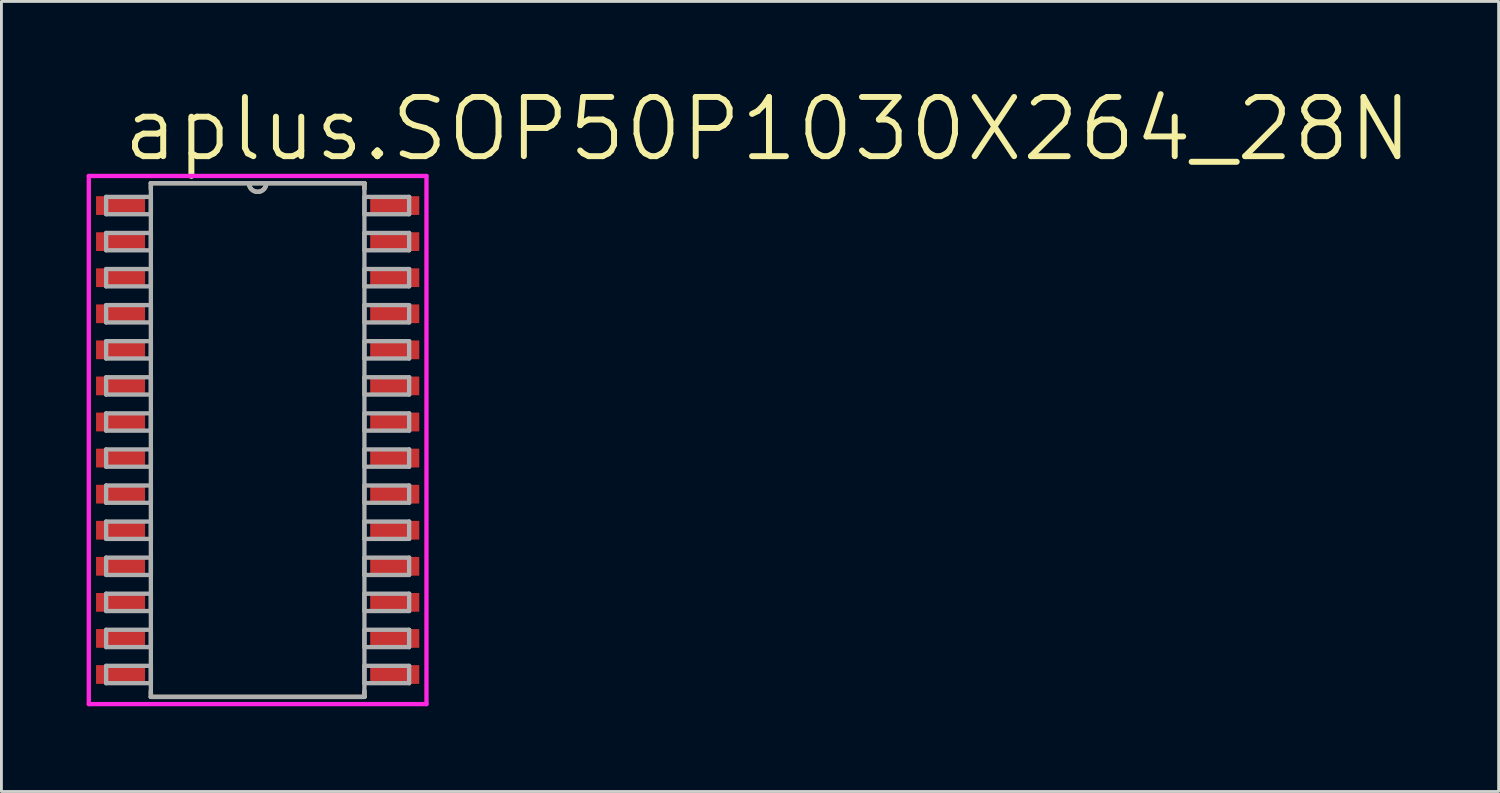
<source format=kicad_pcb>
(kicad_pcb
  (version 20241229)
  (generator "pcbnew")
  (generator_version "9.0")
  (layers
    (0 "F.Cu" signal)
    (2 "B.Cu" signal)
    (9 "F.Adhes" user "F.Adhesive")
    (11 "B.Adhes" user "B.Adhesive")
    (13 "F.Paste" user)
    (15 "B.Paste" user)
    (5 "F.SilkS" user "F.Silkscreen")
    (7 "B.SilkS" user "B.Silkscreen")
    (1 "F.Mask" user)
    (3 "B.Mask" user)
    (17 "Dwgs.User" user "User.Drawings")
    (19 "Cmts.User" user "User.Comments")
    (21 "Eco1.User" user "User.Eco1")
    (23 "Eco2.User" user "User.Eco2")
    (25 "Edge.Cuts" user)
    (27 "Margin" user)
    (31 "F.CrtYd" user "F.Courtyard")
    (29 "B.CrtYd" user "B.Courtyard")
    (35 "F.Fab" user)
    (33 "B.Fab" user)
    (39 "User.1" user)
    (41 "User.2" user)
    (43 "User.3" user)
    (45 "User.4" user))
  (footprint "aplus.SOP50P1030X264_28N"
    (layer "F.Cu")
    (at 6.02 12.441)
    (property "Reference" "aplus.SOP50P1030X264_28N" (at -4.851 -9.728 0) (layer "F.SilkS") (effects (font (size 2.083 2.083) (thickness 0.21)) (justify left bottom)))
    (attr smd)
    (fp_line (start -3.759 -9.042) (end -3.759 -8.839) (stroke (width 0.152) (type default)) (layer "F.SilkS"))
    (fp_line (start -3.759 8.839) (end -3.759 9.042) (stroke (width 0.152) (type default)) (layer "F.SilkS"))
    (fp_line (start -3.759 9.042) (end 3.759 9.042) (stroke (width 0.152) (type default)) (layer "F.SilkS"))
    (fp_line (start -0.305 -9.042) (end -3.759 -9.042) (stroke (width 0.152) (type default)) (layer "F.SilkS"))
    (fp_line (start 0.305 -9.042) (end -0.305 -9.042) (stroke (width 0.152) (type default)) (layer "F.SilkS"))
    (fp_line (start 3.759 -9.042) (end 0.305 -9.042) (stroke (width 0.152) (type default)) (layer "F.SilkS"))
    (fp_line (start 3.759 -8.839) (end 3.759 -9.042) (stroke (width 0.152) (type default)) (layer "F.SilkS"))
    (fp_line (start 3.759 9.042) (end 3.759 8.839) (stroke (width 0.152) (type default)) (layer "F.SilkS"))
    (fp_arc (start 0.3048 -9.0424) (mid 0 -8.7376) (end -0.3048 -9.0424) (stroke (width 0.1524) (type default)) (layer "F.SilkS"))
    (fp_line (start -5.944 -9.296) (end 5.944 -9.296) (stroke (width 0.152) (type default)) (layer "F.CrtYd"))
    (fp_line (start -5.944 9.296) (end -5.944 -9.296) (stroke (width 0.152) (type default)) (layer "F.CrtYd"))
    (fp_line (start 5.944 -9.296) (end 5.944 9.296) (stroke (width 0.152) (type default)) (layer "F.CrtYd"))
    (fp_line (start 5.944 9.296) (end -5.944 9.296) (stroke (width 0.152) (type default)) (layer "F.CrtYd"))
    (fp_line (start -5.334 -8.56) (end -5.334 -7.95) (stroke (width 0.152) (type default)) (layer "F.Fab"))
    (fp_line (start -5.334 -7.95) (end -3.759 -7.95) (stroke (width 0.152) (type default)) (layer "F.Fab"))
    (fp_line (start -5.334 -7.29) (end -5.334 -6.68) (stroke (width 0.152) (type default)) (layer "F.Fab"))
    (fp_line (start -5.334 -6.68) (end -3.759 -6.68) (stroke (width 0.152) (type default)) (layer "F.Fab"))
    (fp_line (start -5.334 -6.02) (end -5.334 -5.41) (stroke (width 0.152) (type default)) (layer "F.Fab"))
    (fp_line (start -5.334 -5.41) (end -3.759 -5.41) (stroke (width 0.152) (type default)) (layer "F.Fab"))
    (fp_line (start -5.334 -4.75) (end -5.334 -4.14) (stroke (width 0.152) (type default)) (layer "F.Fab"))
    (fp_line (start -5.334 -4.14) (end -3.759 -4.14) (stroke (width 0.152) (type default)) (layer "F.Fab"))
    (fp_line (start -5.334 -3.48) (end -5.334 -2.87) (stroke (width 0.152) (type default)) (layer "F.Fab"))
    (fp_line (start -5.334 -2.87) (end -3.759 -2.87) (stroke (width 0.152) (type default)) (layer "F.Fab"))
    (fp_line (start -5.334 -2.21) (end -5.334 -1.6) (stroke (width 0.152) (type default)) (layer "F.Fab"))
    (fp_line (start -5.334 -1.6) (end -3.759 -1.6) (stroke (width 0.152) (type default)) (layer "F.Fab"))
    (fp_line (start -5.334 -0.94) (end -5.334 -0.33) (stroke (width 0.152) (type default)) (layer "F.Fab"))
    (fp_line (start -5.334 -0.33) (end -3.759 -0.33) (stroke (width 0.152) (type default)) (layer "F.Fab"))
    (fp_line (start -5.334 0.33) (end -5.334 0.94) (stroke (width 0.152) (type default)) (layer "F.Fab"))
    (fp_line (start -5.334 0.94) (end -3.759 0.94) (stroke (width 0.152) (type default)) (layer "F.Fab"))
    (fp_line (start -5.334 1.6) (end -5.334 2.21) (stroke (width 0.152) (type default)) (layer "F.Fab"))
    (fp_line (start -5.334 2.21) (end -3.759 2.21) (stroke (width 0.152) (type default)) (layer "F.Fab"))
    (fp_line (start -5.334 2.87) (end -5.334 3.48) (stroke (width 0.152) (type default)) (layer "F.Fab"))
    (fp_line (start -5.334 3.48) (end -3.759 3.48) (stroke (width 0.152) (type default)) (layer "F.Fab"))
    (fp_line (start -5.334 4.14) (end -5.334 4.75) (stroke (width 0.152) (type default)) (layer "F.Fab"))
    (fp_line (start -5.334 4.75) (end -3.759 4.75) (stroke (width 0.152) (type default)) (layer "F.Fab"))
    (fp_line (start -5.334 5.41) (end -5.334 6.02) (stroke (width 0.152) (type default)) (layer "F.Fab"))
    (fp_line (start -5.334 6.02) (end -3.759 6.02) (stroke (width 0.152) (type default)) (layer "F.Fab"))
    (fp_line (start -5.334 6.68) (end -5.334 7.29) (stroke (width 0.152) (type default)) (layer "F.Fab"))
    (fp_line (start -5.334 7.29) (end -3.759 7.29) (stroke (width 0.152) (type default)) (layer "F.Fab"))
    (fp_line (start -5.334 7.95) (end -5.334 8.56) (stroke (width 0.152) (type default)) (layer "F.Fab"))
    (fp_line (start -5.334 8.56) (end -3.759 8.56) (stroke (width 0.152) (type default)) (layer "F.Fab"))
    (fp_line (start -3.759 -9.042) (end -3.759 9.042) (stroke (width 0.152) (type default)) (layer "F.Fab"))
    (fp_line (start -3.759 -8.56) (end -5.334 -8.56) (stroke (width 0.152) (type default)) (layer "F.Fab"))
    (fp_line (start -3.759 -7.95) (end -3.759 -8.56) (stroke (width 0.152) (type default)) (layer "F.Fab"))
    (fp_line (start -3.759 -7.29) (end -5.334 -7.29) (stroke (width 0.152) (type default)) (layer "F.Fab"))
    (fp_line (start -3.759 -6.68) (end -3.759 -7.29) (stroke (width 0.152) (type default)) (layer "F.Fab"))
    (fp_line (start -3.759 -6.02) (end -5.334 -6.02) (stroke (width 0.152) (type default)) (layer "F.Fab"))
    (fp_line (start -3.759 -5.41) (end -3.759 -6.02) (stroke (width 0.152) (type default)) (layer "F.Fab"))
    (fp_line (start -3.759 -4.75) (end -5.334 -4.75) (stroke (width 0.152) (type default)) (layer "F.Fab"))
    (fp_line (start -3.759 -4.14) (end -3.759 -4.75) (stroke (width 0.152) (type default)) (layer "F.Fab"))
    (fp_line (start -3.759 -3.48) (end -5.334 -3.48) (stroke (width 0.152) (type default)) (layer "F.Fab"))
    (fp_line (start -3.759 -2.87) (end -3.759 -3.48) (stroke (width 0.152) (type default)) (layer "F.Fab"))
    (fp_line (start -3.759 -2.21) (end -5.334 -2.21) (stroke (width 0.152) (type default)) (layer "F.Fab"))
    (fp_line (start -3.759 -1.6) (end -3.759 -2.21) (stroke (width 0.152) (type default)) (layer "F.Fab"))
    (fp_line (start -3.759 -0.94) (end -5.334 -0.94) (stroke (width 0.152) (type default)) (layer "F.Fab"))
    (fp_line (start -3.759 -0.33) (end -3.759 -0.94) (stroke (width 0.152) (type default)) (layer "F.Fab"))
    (fp_line (start -3.759 0.33) (end -5.334 0.33) (stroke (width 0.152) (type default)) (layer "F.Fab"))
    (fp_line (start -3.759 0.94) (end -3.759 0.33) (stroke (width 0.152) (type default)) (layer "F.Fab"))
    (fp_line (start -3.759 1.6) (end -5.334 1.6) (stroke (width 0.152) (type default)) (layer "F.Fab"))
    (fp_line (start -3.759 2.21) (end -3.759 1.6) (stroke (width 0.152) (type default)) (layer "F.Fab"))
    (fp_line (start -3.759 2.87) (end -5.334 2.87) (stroke (width 0.152) (type default)) (layer "F.Fab"))
    (fp_line (start -3.759 3.48) (end -3.759 2.87) (stroke (width 0.152) (type default)) (layer "F.Fab"))
    (fp_line (start -3.759 4.14) (end -5.334 4.14) (stroke (width 0.152) (type default)) (layer "F.Fab"))
    (fp_line (start -3.759 4.75) (end -3.759 4.14) (stroke (width 0.152) (type default)) (layer "F.Fab"))
    (fp_line (start -3.759 5.41) (end -5.334 5.41) (stroke (width 0.152) (type default)) (layer "F.Fab"))
    (fp_line (start -3.759 6.02) (end -3.759 5.41) (stroke (width 0.152) (type default)) (layer "F.Fab"))
    (fp_line (start -3.759 6.68) (end -5.334 6.68) (stroke (width 0.152) (type default)) (layer "F.Fab"))
    (fp_line (start -3.759 7.29) (end -3.759 6.68) (stroke (width 0.152) (type default)) (layer "F.Fab"))
    (fp_line (start -3.759 7.95) (end -5.334 7.95) (stroke (width 0.152) (type default)) (layer "F.Fab"))
    (fp_line (start -3.759 8.56) (end -3.759 7.95) (stroke (width 0.152) (type default)) (layer "F.Fab"))
    (fp_line (start -3.759 9.042) (end 3.759 9.042) (stroke (width 0.152) (type default)) (layer "F.Fab"))
    (fp_line (start -0.305 -9.042) (end -3.759 -9.042) (stroke (width 0.152) (type default)) (layer "F.Fab"))
    (fp_line (start 0.305 -9.042) (end -0.305 -9.042) (stroke (width 0.152) (type default)) (layer "F.Fab"))
    (fp_line (start 3.759 -9.042) (end 0.305 -9.042) (stroke (width 0.152) (type default)) (layer "F.Fab"))
    (fp_line (start 3.759 -8.56) (end 3.759 -7.95) (stroke (width 0.152) (type default)) (layer "F.Fab"))
    (fp_line (start 3.759 -7.95) (end 5.334 -7.95) (stroke (width 0.152) (type default)) (layer "F.Fab"))
    (fp_line (start 3.759 -7.29) (end 3.759 -6.68) (stroke (width 0.152) (type default)) (layer "F.Fab"))
    (fp_line (start 3.759 -6.68) (end 5.334 -6.68) (stroke (width 0.152) (type default)) (layer "F.Fab"))
    (fp_line (start 3.759 -6.02) (end 3.759 -5.41) (stroke (width 0.152) (type default)) (layer "F.Fab"))
    (fp_line (start 3.759 -5.41) (end 5.334 -5.41) (stroke (width 0.152) (type default)) (layer "F.Fab"))
    (fp_line (start 3.759 -4.75) (end 3.759 -4.14) (stroke (width 0.152) (type default)) (layer "F.Fab"))
    (fp_line (start 3.759 -4.14) (end 5.334 -4.14) (stroke (width 0.152) (type default)) (layer "F.Fab"))
    (fp_line (start 3.759 -3.48) (end 3.759 -2.87) (stroke (width 0.152) (type default)) (layer "F.Fab"))
    (fp_line (start 3.759 -2.87) (end 5.334 -2.87) (stroke (width 0.152) (type default)) (layer "F.Fab"))
    (fp_line (start 3.759 -2.21) (end 3.759 -1.6) (stroke (width 0.152) (type default)) (layer "F.Fab"))
    (fp_line (start 3.759 -1.6) (end 5.334 -1.6) (stroke (width 0.152) (type default)) (layer "F.Fab"))
    (fp_line (start 3.759 -0.94) (end 3.759 -0.33) (stroke (width 0.152) (type default)) (layer "F.Fab"))
    (fp_line (start 3.759 -0.33) (end 5.334 -0.33) (stroke (width 0.152) (type default)) (layer "F.Fab"))
    (fp_line (start 3.759 0.33) (end 3.759 0.94) (stroke (width 0.152) (type default)) (layer "F.Fab"))
    (fp_line (start 3.759 0.94) (end 5.334 0.94) (stroke (width 0.152) (type default)) (layer "F.Fab"))
    (fp_line (start 3.759 1.6) (end 3.759 2.21) (stroke (width 0.152) (type default)) (layer "F.Fab"))
    (fp_line (start 3.759 2.21) (end 5.334 2.21) (stroke (width 0.152) (type default)) (layer "F.Fab"))
    (fp_line (start 3.759 2.87) (end 3.759 3.48) (stroke (width 0.152) (type default)) (layer "F.Fab"))
    (fp_line (start 3.759 3.48) (end 5.334 3.48) (stroke (width 0.152) (type default)) (layer "F.Fab"))
    (fp_line (start 3.759 4.14) (end 3.759 4.75) (stroke (width 0.152) (type default)) (layer "F.Fab"))
    (fp_line (start 3.759 4.75) (end 5.334 4.75) (stroke (width 0.152) (type default)) (layer "F.Fab"))
    (fp_line (start 3.759 5.41) (end 3.759 6.02) (stroke (width 0.152) (type default)) (layer "F.Fab"))
    (fp_line (start 3.759 6.02) (end 5.334 6.02) (stroke (width 0.152) (type default)) (layer "F.Fab"))
    (fp_line (start 3.759 6.68) (end 3.759 7.29) (stroke (width 0.152) (type default)) (layer "F.Fab"))
    (fp_line (start 3.759 7.29) (end 5.334 7.29) (stroke (width 0.152) (type default)) (layer "F.Fab"))
    (fp_line (start 3.759 7.95) (end 3.759 8.56) (stroke (width 0.152) (type default)) (layer "F.Fab"))
    (fp_line (start 3.759 8.56) (end 5.334 8.56) (stroke (width 0.152) (type default)) (layer "F.Fab"))
    (fp_line (start 3.759 9.042) (end 3.759 -9.042) (stroke (width 0.152) (type default)) (layer "F.Fab"))
    (fp_line (start 5.334 -8.56) (end 3.759 -8.56) (stroke (width 0.152) (type default)) (layer "F.Fab"))
    (fp_line (start 5.334 -7.95) (end 5.334 -8.56) (stroke (width 0.152) (type default)) (layer "F.Fab"))
    (fp_line (start 5.334 -7.29) (end 3.759 -7.29) (stroke (width 0.152) (type default)) (layer "F.Fab"))
    (fp_line (start 5.334 -6.68) (end 5.334 -7.29) (stroke (width 0.152) (type default)) (layer "F.Fab"))
    (fp_line (start 5.334 -6.02) (end 3.759 -6.02) (stroke (width 0.152) (type default)) (layer "F.Fab"))
    (fp_line (start 5.334 -5.41) (end 5.334 -6.02) (stroke (width 0.152) (type default)) (layer "F.Fab"))
    (fp_line (start 5.334 -4.75) (end 3.759 -4.75) (stroke (width 0.152) (type default)) (layer "F.Fab"))
    (fp_line (start 5.334 -4.14) (end 5.334 -4.75) (stroke (width 0.152) (type default)) (layer "F.Fab"))
    (fp_line (start 5.334 -3.48) (end 3.759 -3.48) (stroke (width 0.152) (type default)) (layer "F.Fab"))
    (fp_line (start 5.334 -2.87) (end 5.334 -3.48) (stroke (width 0.152) (type default)) (layer "F.Fab"))
    (fp_line (start 5.334 -2.21) (end 3.759 -2.21) (stroke (width 0.152) (type default)) (layer "F.Fab"))
    (fp_line (start 5.334 -1.6) (end 5.334 -2.21) (stroke (width 0.152) (type default)) (layer "F.Fab"))
    (fp_line (start 5.334 -0.94) (end 3.759 -0.94) (stroke (width 0.152) (type default)) (layer "F.Fab"))
    (fp_line (start 5.334 -0.33) (end 5.334 -0.94) (stroke (width 0.152) (type default)) (layer "F.Fab"))
    (fp_line (start 5.334 0.33) (end 3.759 0.33) (stroke (width 0.152) (type default)) (layer "F.Fab"))
    (fp_line (start 5.334 0.94) (end 5.334 0.33) (stroke (width 0.152) (type default)) (layer "F.Fab"))
    (fp_line (start 5.334 1.6) (end 3.759 1.6) (stroke (width 0.152) (type default)) (layer "F.Fab"))
    (fp_line (start 5.334 2.21) (end 5.334 1.6) (stroke (width 0.152) (type default)) (layer "F.Fab"))
    (fp_line (start 5.334 2.87) (end 3.759 2.87) (stroke (width 0.152) (type default)) (layer "F.Fab"))
    (fp_line (start 5.334 3.48) (end 5.334 2.87) (stroke (width 0.152) (type default)) (layer "F.Fab"))
    (fp_line (start 5.334 4.14) (end 3.759 4.14) (stroke (width 0.152) (type default)) (layer "F.Fab"))
    (fp_line (start 5.334 4.75) (end 5.334 4.14) (stroke (width 0.152) (type default)) (layer "F.Fab"))
    (fp_line (start 5.334 5.41) (end 3.759 5.41) (stroke (width 0.152) (type default)) (layer "F.Fab"))
    (fp_line (start 5.334 6.02) (end 5.334 5.41) (stroke (width 0.152) (type default)) (layer "F.Fab"))
    (fp_line (start 5.334 6.68) (end 3.759 6.68) (stroke (width 0.152) (type default)) (layer "F.Fab"))
    (fp_line (start 5.334 7.29) (end 5.334 6.68) (stroke (width 0.152) (type default)) (layer "F.Fab"))
    (fp_line (start 5.334 7.95) (end 3.759 7.95) (stroke (width 0.152) (type default)) (layer "F.Fab"))
    (fp_line (start 5.334 8.56) (end 5.334 7.95) (stroke (width 0.152) (type default)) (layer "F.Fab"))
    (fp_arc (start 0.3048 -9.0424) (mid 0 -8.7376) (end -0.3048 -9.0424) (stroke (width 0.1524) (type default)) (layer "F.Fab"))
    (pad "1" smd roundrect (at -4.826 -8.255) (size 1.727 0.66) (layers "F.Cu" "F.Mask" "F.Paste") (roundrect_rratio 0.01))
    (pad "2" smd roundrect (at -4.826 -6.985) (size 1.727 0.66) (layers "F.Cu" "F.Mask" "F.Paste") (roundrect_rratio 0.01))
    (pad "3" smd roundrect (at -4.826 -5.715) (size 1.727 0.66) (layers "F.Cu" "F.Mask" "F.Paste") (roundrect_rratio 0.01))
    (pad "4" smd roundrect (at -4.826 -4.445) (size 1.727 0.66) (layers "F.Cu" "F.Mask" "F.Paste") (roundrect_rratio 0.01))
    (pad "5" smd roundrect (at -4.826 -3.175) (size 1.727 0.66) (layers "F.Cu" "F.Mask" "F.Paste") (roundrect_rratio 0.01))
    (pad "6" smd roundrect (at -4.826 -1.905) (size 1.727 0.66) (layers "F.Cu" "F.Mask" "F.Paste") (roundrect_rratio 0.01))
    (pad "7" smd roundrect (at -4.826 -0.635) (size 1.727 0.66) (layers "F.Cu" "F.Mask" "F.Paste") (roundrect_rratio 0.01))
    (pad "8" smd roundrect (at -4.826 0.635) (size 1.727 0.66) (layers "F.Cu" "F.Mask" "F.Paste") (roundrect_rratio 0.01))
    (pad "9" smd roundrect (at -4.826 1.905) (size 1.727 0.66) (layers "F.Cu" "F.Mask" "F.Paste") (roundrect_rratio 0.01))
    (pad "10" smd roundrect (at -4.826 3.175) (size 1.727 0.66) (layers "F.Cu" "F.Mask" "F.Paste") (roundrect_rratio 0.01))
    (pad "11" smd roundrect (at -4.826 4.445) (size 1.727 0.66) (layers "F.Cu" "F.Mask" "F.Paste") (roundrect_rratio 0.01))
    (pad "12" smd roundrect (at -4.826 5.715) (size 1.727 0.66) (layers "F.Cu" "F.Mask" "F.Paste") (roundrect_rratio 0.01))
    (pad "13" smd roundrect (at -4.826 6.985) (size 1.727 0.66) (layers "F.Cu" "F.Mask" "F.Paste") (roundrect_rratio 0.01))
    (pad "14" smd roundrect (at -4.826 8.255) (size 1.727 0.66) (layers "F.Cu" "F.Mask" "F.Paste") (roundrect_rratio 0.01))
    (pad "15" smd roundrect (at 4.826 8.255) (size 1.727 0.66) (layers "F.Cu" "F.Mask" "F.Paste") (roundrect_rratio 0.01))
    (pad "16" smd roundrect (at 4.826 6.985) (size 1.727 0.66) (layers "F.Cu" "F.Mask" "F.Paste") (roundrect_rratio 0.01))
    (pad "17" smd roundrect (at 4.826 5.715) (size 1.727 0.66) (layers "F.Cu" "F.Mask" "F.Paste") (roundrect_rratio 0.01))
    (pad "18" smd roundrect (at 4.826 4.445) (size 1.727 0.66) (layers "F.Cu" "F.Mask" "F.Paste") (roundrect_rratio 0.01))
    (pad "19" smd roundrect (at 4.826 3.175) (size 1.727 0.66) (layers "F.Cu" "F.Mask" "F.Paste") (roundrect_rratio 0.01))
    (pad "20" smd roundrect (at 4.826 1.905) (size 1.727 0.66) (layers "F.Cu" "F.Mask" "F.Paste") (roundrect_rratio 0.01))
    (pad "21" smd roundrect (at 4.826 0.635) (size 1.727 0.66) (layers "F.Cu" "F.Mask" "F.Paste") (roundrect_rratio 0.01))
    (pad "22" smd roundrect (at 4.826 -0.635) (size 1.727 0.66) (layers "F.Cu" "F.Mask" "F.Paste") (roundrect_rratio 0.01))
    (pad "23" smd roundrect (at 4.826 -1.905) (size 1.727 0.66) (layers "F.Cu" "F.Mask" "F.Paste") (roundrect_rratio 0.01))
    (pad "24" smd roundrect (at 4.826 -3.175) (size 1.727 0.66) (layers "F.Cu" "F.Mask" "F.Paste") (roundrect_rratio 0.01))
    (pad "25" smd roundrect (at 4.826 -4.445) (size 1.727 0.66) (layers "F.Cu" "F.Mask" "F.Paste") (roundrect_rratio 0.01))
    (pad "26" smd roundrect (at 4.826 -5.715) (size 1.727 0.66) (layers "F.Cu" "F.Mask" "F.Paste") (roundrect_rratio 0.01))
    (pad "27" smd roundrect (at 4.826 -6.985) (size 1.727 0.66) (layers "F.Cu" "F.Mask" "F.Paste") (roundrect_rratio 0.01))
    (pad "28" smd roundrect (at 4.826 -8.255) (size 1.727 0.66) (layers "F.Cu" "F.Mask" "F.Paste") (roundrect_rratio 0.01)))
  (gr_rect
    (start -3 -3)
    (end 49.708 24.814)
    (stroke (width 0.1) (type default))
    (fill no)
    (layer "Edge.Cuts")))
</source>
